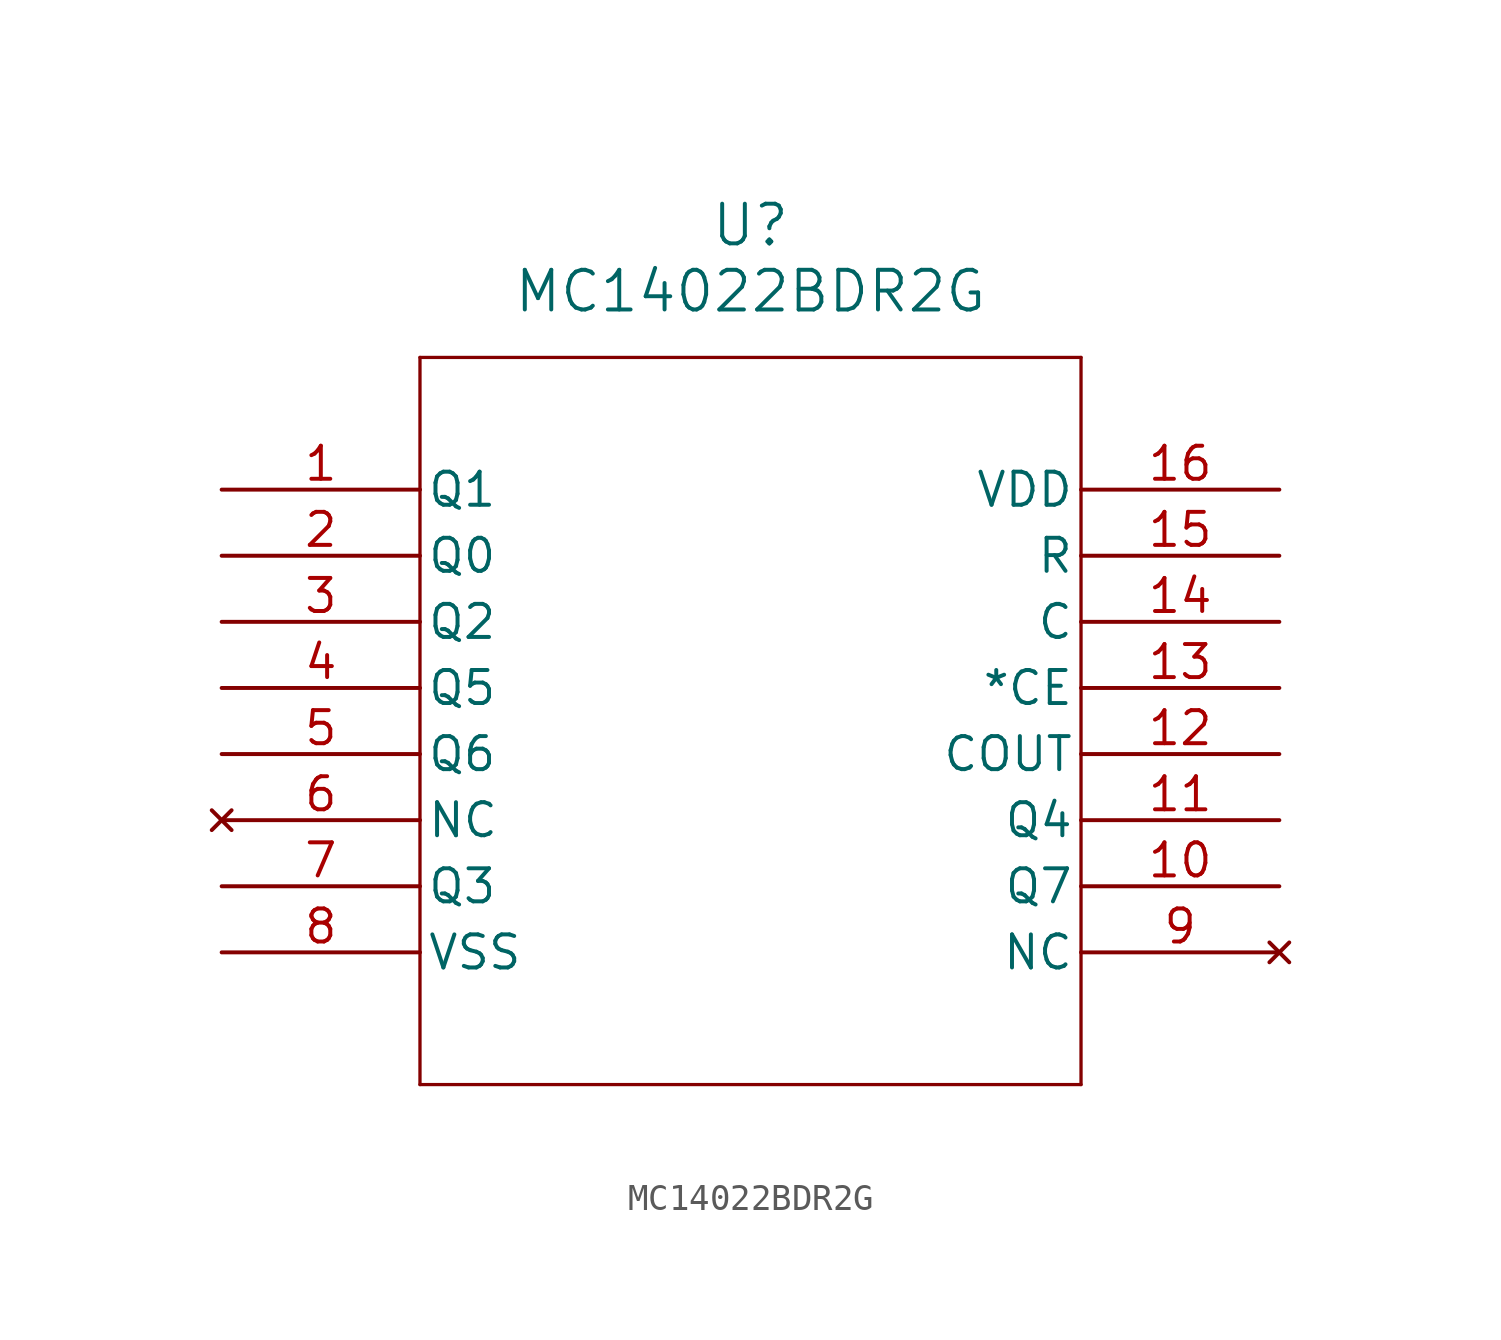
<source format=kicad_sym>
(kicad_symbol_lib
  (version 20211014)
  (generator kicad_symbol_editor)
  (symbol "MC14022BDR2G"
    (pin_names
      (offset 0.254))
    (property "Reference" "U"
      (at 20.32 10.16 0)
      (effects (font (size 1.524 1.524))))
    (property "Value" "MC14022BDR2G"
      (at 20.32 7.62 0)
      (effects (font (size 1.524 1.524))))
    (symbol "MC14022BDR2G_0_1"
      (polyline (pts (xy 7.62 5.08) (xy 7.62 -22.86)) (stroke (width 0.127) (type default) (color 0 0 0 0)) (fill (type none)))
      (polyline (pts (xy 7.62 -22.86) (xy 33.02 -22.86)) (stroke (width 0.127) (type default) (color 0 0 0 0)) (fill (type none)))
      (polyline (pts (xy 33.02 -22.86) (xy 33.02 5.08)) (stroke (width 0.127) (type default) (color 0 0 0 0)) (fill (type none)))
      (polyline (pts (xy 33.02 5.08) (xy 7.62 5.08)) (stroke (width 0.127) (type default) (color 0 0 0 0)) (fill (type none)))
      (pin output line (at 0 0 0) (length 7.62) (name "Q1" (effects (font (size 1.27 1.27)))) (number "1" (effects (font (size 1.27 1.27)))))
      (pin output line (at 0 -2.54 0) (length 7.62) (name "Q0" (effects (font (size 1.27 1.27)))) (number "2" (effects (font (size 1.27 1.27)))))
      (pin output line (at 0 -5.08 0) (length 7.62) (name "Q2" (effects (font (size 1.27 1.27)))) (number "3" (effects (font (size 1.27 1.27)))))
      (pin output line (at 0 -7.62 0) (length 7.62) (name "Q5" (effects (font (size 1.27 1.27)))) (number "4" (effects (font (size 1.27 1.27)))))
      (pin output line (at 0 -10.16 0) (length 7.62) (name "Q6" (effects (font (size 1.27 1.27)))) (number "5" (effects (font (size 1.27 1.27)))))
      (pin no_connect line (at 0 -12.7 0) (length 7.62) (name "NC" (effects (font (size 1.27 1.27)))) (number "6" (effects (font (size 1.27 1.27)))))
      (pin output line (at 0 -15.24 0) (length 7.62) (name "Q3" (effects (font (size 1.27 1.27)))) (number "7" (effects (font (size 1.27 1.27)))))
      (pin power_in line (at 0 -17.78 0) (length 7.62) (name "VSS" (effects (font (size 1.27 1.27)))) (number "8" (effects (font (size 1.27 1.27)))))
      (pin no_connect line (at 40.64 -17.78 180) (length 7.62) (name "NC" (effects (font (size 1.27 1.27)))) (number "9" (effects (font (size 1.27 1.27)))))
      (pin output line (at 40.64 -15.24 180) (length 7.62) (name "Q7" (effects (font (size 1.27 1.27)))) (number "10" (effects (font (size 1.27 1.27)))))
      (pin output line (at 40.64 -12.7 180) (length 7.62) (name "Q4" (effects (font (size 1.27 1.27)))) (number "11" (effects (font (size 1.27 1.27)))))
      (pin output line (at 40.64 -10.16 180) (length 7.62) (name "COUT" (effects (font (size 1.27 1.27)))) (number "12" (effects (font (size 1.27 1.27)))))
      (pin unspecified line (at 40.64 -7.62 180) (length 7.62) (name "*CE" (effects (font (size 1.27 1.27)))) (number "13" (effects (font (size 1.27 1.27)))))
      (pin unspecified line (at 40.64 -5.08 180) (length 7.62) (name "C" (effects (font (size 1.27 1.27)))) (number "14" (effects (font (size 1.27 1.27)))))
      (pin unspecified line (at 40.64 -2.54 180) (length 7.62) (name "R" (effects (font (size 1.27 1.27)))) (number "15" (effects (font (size 1.27 1.27)))))
      (pin power_in line (at 40.64 0 180) (length 7.62) (name "VDD" (effects (font (size 1.27 1.27)))) (number "16" (effects (font (size 1.27 1.27))))))))
</source>
